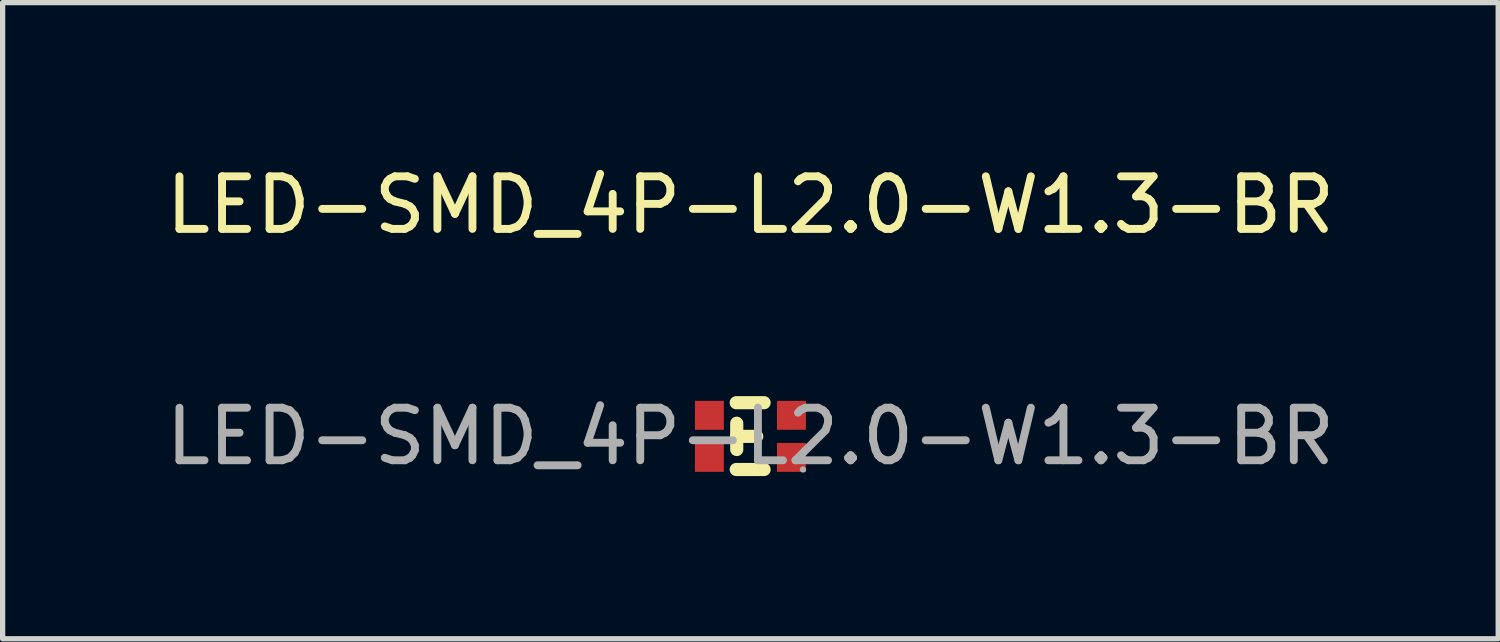
<source format=kicad_pcb>
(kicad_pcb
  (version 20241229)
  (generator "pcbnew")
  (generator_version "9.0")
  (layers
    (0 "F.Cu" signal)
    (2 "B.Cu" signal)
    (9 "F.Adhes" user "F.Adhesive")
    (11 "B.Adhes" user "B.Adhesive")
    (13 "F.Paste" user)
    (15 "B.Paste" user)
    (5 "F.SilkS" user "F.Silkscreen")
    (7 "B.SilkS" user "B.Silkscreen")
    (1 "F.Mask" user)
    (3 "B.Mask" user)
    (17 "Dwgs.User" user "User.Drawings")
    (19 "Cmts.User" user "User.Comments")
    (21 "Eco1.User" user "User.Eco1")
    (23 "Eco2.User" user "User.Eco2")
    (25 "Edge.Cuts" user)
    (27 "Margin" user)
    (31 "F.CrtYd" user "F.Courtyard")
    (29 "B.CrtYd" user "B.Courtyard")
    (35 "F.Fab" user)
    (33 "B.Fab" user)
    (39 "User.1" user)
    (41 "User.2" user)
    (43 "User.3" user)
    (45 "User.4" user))
  (footprint "LED-SMD_4P-L2.0-W1.3-BR"
    (layer "F.Cu")
    (at 11.22 5.248)
    (property "Reference" "LED-SMD_4P-L2.0-W1.3-BR" (at 0 -4.4 0) (layer "F.SilkS") (effects (font (size 1 1) (thickness 0.15))))
    (attr smd)
    (fp_line (start -0.26 0) (end 0.12 0) (stroke (width 0.25) (type solid)) (layer "F.SilkS"))
    (fp_line (start -0.26 0.25) (end -0.26 -0.25) (stroke (width 0.25) (type solid)) (layer "F.SilkS"))
    (fp_line (start 0.26 -0.64) (end -0.27 -0.64) (stroke (width 0.25) (type solid)) (layer "F.SilkS"))
    (fp_line (start 0.26 0.63) (end -0.27 0.63) (stroke (width 0.25) (type solid)) (layer "F.SilkS"))
    (fp_circle (center 1 0.63) (end 1.03 0.63) (stroke (width 0.06) (type solid)) (fill no) (layer "F.Fab"))
    (fp_text user "${REFERENCE}" (at 0 0 0) (layer "F.Fab") (effects (font (size 1 1) (thickness 0.15))))
    (pad "1" smd rect (at 0.78 0.4 180) (size 0.55 0.55) (layers "F.Cu" "F.Mask" "F.Paste"))
    (pad "2" smd rect (at -0.78 0.4 180) (size 0.55 0.55) (layers "F.Cu" "F.Mask" "F.Paste"))
    (pad "3" smd rect (at 0.78 -0.4 180) (size 0.55 0.55) (layers "F.Cu" "F.Mask" "F.Paste"))
    (pad "4" smd rect (at -0.78 -0.4 180) (size 0.55 0.55) (layers "F.Cu" "F.Mask" "F.Paste")))
  (gr_rect
    (start -3 -3)
    (end 25.44 9.097)
    (stroke (width 0.1) (type default))
    (fill no)
    (layer "Edge.Cuts")))
</source>
